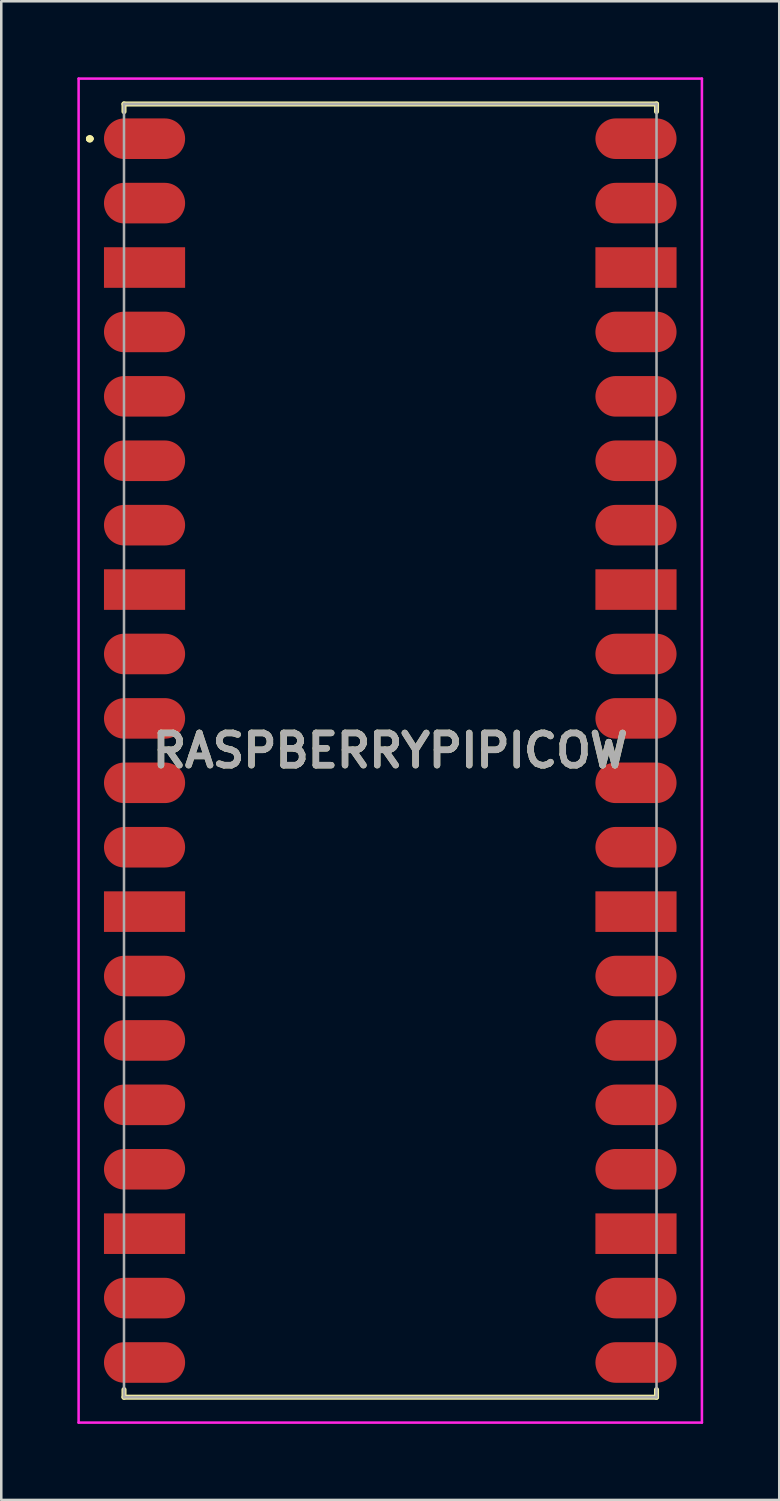
<source format=kicad_pcb>
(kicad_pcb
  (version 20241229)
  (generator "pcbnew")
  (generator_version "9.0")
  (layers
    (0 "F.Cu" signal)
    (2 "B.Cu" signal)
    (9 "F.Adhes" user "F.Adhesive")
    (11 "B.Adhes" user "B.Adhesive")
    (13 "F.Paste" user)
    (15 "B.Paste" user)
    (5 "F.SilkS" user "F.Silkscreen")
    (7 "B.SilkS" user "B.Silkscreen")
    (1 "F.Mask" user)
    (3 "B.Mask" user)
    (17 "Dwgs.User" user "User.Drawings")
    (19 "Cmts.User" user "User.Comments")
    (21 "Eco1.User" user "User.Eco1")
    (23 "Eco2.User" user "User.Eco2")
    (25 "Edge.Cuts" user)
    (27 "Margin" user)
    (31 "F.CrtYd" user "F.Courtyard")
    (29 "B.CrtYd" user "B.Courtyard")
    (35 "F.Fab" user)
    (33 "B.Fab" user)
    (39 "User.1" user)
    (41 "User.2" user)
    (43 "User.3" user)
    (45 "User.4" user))
  (footprint "RASPBERRYPIPICOW"
    (layer "F.Cu")
    (at 12.34 26.55)
    (property "Reference" "RASPBERRYPIPICOW" (at 0 0 0) (layer "F.SilkS") (effects (font (size 1.27 1.27) (thickness 0.254))))
    (attr smd)
    (fp_line (start -11.9 -24.13) (end -11.9 -24.13) (stroke (width 0.2) (type solid)) (layer "F.SilkS"))
    (fp_line (start -11.9 -24.13) (end -11.9 -24.13) (stroke (width 0.2) (type solid)) (layer "F.SilkS"))
    (fp_line (start -11.8 -24.13) (end -11.8 -24.13) (stroke (width 0.2) (type solid)) (layer "F.SilkS"))
    (fp_line (start -10.5 -25.5) (end -10.5 -25.2) (stroke (width 0.2) (type solid)) (layer "F.SilkS"))
    (fp_line (start -10.5 25.2) (end -10.5 25.5) (stroke (width 0.2) (type solid)) (layer "F.SilkS"))
    (fp_line (start -10.5 25.5) (end 10.5 25.5) (stroke (width 0.2) (type solid)) (layer "F.SilkS"))
    (fp_line (start 10.5 -25.5) (end -10.5 -25.5) (stroke (width 0.2) (type solid)) (layer "F.SilkS"))
    (fp_line (start 10.5 -25.2) (end 10.5 -25.5) (stroke (width 0.2) (type solid)) (layer "F.SilkS"))
    (fp_line (start 10.5 25.5) (end 10.5 25.2) (stroke (width 0.2) (type solid)) (layer "F.SilkS"))
    (fp_arc (start -11.9 -24.13) (mid -11.85 -24.18) (end -11.8 -24.13) (stroke (width 0.2) (type solid)) (layer "F.SilkS"))
    (fp_arc (start -11.8 -24.13) (mid -11.85 -24.08) (end -11.9 -24.13) (stroke (width 0.2) (type solid)) (layer "F.SilkS"))
    (fp_arc (start -11.8 -24.13) (mid -11.85 -24.08) (end -11.9 -24.13) (stroke (width 0.2) (type solid)) (layer "F.SilkS"))
    (fp_line (start -12.29 -26.5) (end 12.29 -26.5) (stroke (width 0.1) (type solid)) (layer "F.CrtYd"))
    (fp_line (start -12.29 26.5) (end -12.29 -26.5) (stroke (width 0.1) (type solid)) (layer "F.CrtYd"))
    (fp_line (start 12.29 -26.5) (end 12.29 26.5) (stroke (width 0.1) (type solid)) (layer "F.CrtYd"))
    (fp_line (start 12.29 26.5) (end -12.29 26.5) (stroke (width 0.1) (type solid)) (layer "F.CrtYd"))
    (fp_line (start -10.5 -25.5) (end -10.5 25.5) (stroke (width 0.1) (type solid)) (layer "F.Fab"))
    (fp_line (start -10.5 25.5) (end 10.5 25.5) (stroke (width 0.1) (type solid)) (layer "F.Fab"))
    (fp_line (start 10.5 -25.5) (end -10.5 -25.5) (stroke (width 0.1) (type solid)) (layer "F.Fab"))
    (fp_line (start 10.5 25.5) (end 10.5 -25.5) (stroke (width 0.1) (type solid)) (layer "F.Fab"))
    (fp_text user "${REFERENCE}" (at 0 0 0) (layer "F.Fab") (effects (font (size 1.27 1.27) (thickness 0.254))))
    (pad "1" smd oval (at -9.69 -24.13 90) (size 1.6 3.2) (layers "F.Cu" "F.Mask" "F.Paste"))
    (pad "2" smd oval (at -9.69 -21.59 90) (size 1.6 3.2) (layers "F.Cu" "F.Mask" "F.Paste"))
    (pad "3" smd rect (at -9.69 -19.05 90) (size 1.6 3.2) (layers "F.Cu" "F.Mask" "F.Paste"))
    (pad "4" smd oval (at -9.69 -16.51 90) (size 1.6 3.2) (layers "F.Cu" "F.Mask" "F.Paste"))
    (pad "5" smd oval (at -9.69 -13.97 90) (size 1.6 3.2) (layers "F.Cu" "F.Mask" "F.Paste"))
    (pad "6" smd oval (at -9.69 -11.43 90) (size 1.6 3.2) (layers "F.Cu" "F.Mask" "F.Paste"))
    (pad "7" smd oval (at -9.69 -8.89 90) (size 1.6 3.2) (layers "F.Cu" "F.Mask" "F.Paste"))
    (pad "8" smd rect (at -9.69 -6.35 90) (size 1.6 3.2) (layers "F.Cu" "F.Mask" "F.Paste"))
    (pad "9" smd oval (at -9.69 -3.81 90) (size 1.6 3.2) (layers "F.Cu" "F.Mask" "F.Paste"))
    (pad "10" smd oval (at -9.69 -1.27 90) (size 1.6 3.2) (layers "F.Cu" "F.Mask" "F.Paste"))
    (pad "11" smd oval (at -9.69 1.27 90) (size 1.6 3.2) (layers "F.Cu" "F.Mask" "F.Paste"))
    (pad "12" smd oval (at -9.69 3.81 90) (size 1.6 3.2) (layers "F.Cu" "F.Mask" "F.Paste"))
    (pad "13" smd rect (at -9.69 6.35 90) (size 1.6 3.2) (layers "F.Cu" "F.Mask" "F.Paste"))
    (pad "14" smd oval (at -9.69 8.89 90) (size 1.6 3.2) (layers "F.Cu" "F.Mask" "F.Paste"))
    (pad "15" smd oval (at -9.69 11.43 90) (size 1.6 3.2) (layers "F.Cu" "F.Mask" "F.Paste"))
    (pad "16" smd oval (at -9.69 13.97 90) (size 1.6 3.2) (layers "F.Cu" "F.Mask" "F.Paste"))
    (pad "17" smd oval (at -9.69 16.51 90) (size 1.6 3.2) (layers "F.Cu" "F.Mask" "F.Paste"))
    (pad "18" smd rect (at -9.69 19.05 90) (size 1.6 3.2) (layers "F.Cu" "F.Mask" "F.Paste"))
    (pad "19" smd oval (at -9.69 21.59 90) (size 1.6 3.2) (layers "F.Cu" "F.Mask" "F.Paste"))
    (pad "20" smd oval (at -9.69 24.13 90) (size 1.6 3.2) (layers "F.Cu" "F.Mask" "F.Paste"))
    (pad "21" smd oval (at 9.69 24.13 90) (size 1.6 3.2) (layers "F.Cu" "F.Mask" "F.Paste"))
    (pad "22" smd oval (at 9.69 21.59 90) (size 1.6 3.2) (layers "F.Cu" "F.Mask" "F.Paste"))
    (pad "23" smd rect (at 9.69 19.05 90) (size 1.6 3.2) (layers "F.Cu" "F.Mask" "F.Paste"))
    (pad "24" smd oval (at 9.69 16.51 90) (size 1.6 3.2) (layers "F.Cu" "F.Mask" "F.Paste"))
    (pad "25" smd oval (at 9.69 13.97 90) (size 1.6 3.2) (layers "F.Cu" "F.Mask" "F.Paste"))
    (pad "26" smd oval (at 9.69 11.43 90) (size 1.6 3.2) (layers "F.Cu" "F.Mask" "F.Paste"))
    (pad "27" smd oval (at 9.69 8.89 90) (size 1.6 3.2) (layers "F.Cu" "F.Mask" "F.Paste"))
    (pad "28" smd rect (at 9.69 6.35 90) (size 1.6 3.2) (layers "F.Cu" "F.Mask" "F.Paste"))
    (pad "29" smd oval (at 9.69 3.81 90) (size 1.6 3.2) (layers "F.Cu" "F.Mask" "F.Paste"))
    (pad "30" smd oval (at 9.69 1.27 90) (size 1.6 3.2) (layers "F.Cu" "F.Mask" "F.Paste"))
    (pad "31" smd oval (at 9.69 -1.27 90) (size 1.6 3.2) (layers "F.Cu" "F.Mask" "F.Paste"))
    (pad "32" smd oval (at 9.69 -3.81 90) (size 1.6 3.2) (layers "F.Cu" "F.Mask" "F.Paste"))
    (pad "33" smd rect (at 9.69 -6.35 90) (size 1.6 3.2) (layers "F.Cu" "F.Mask" "F.Paste"))
    (pad "34" smd oval (at 9.69 -8.89 90) (size 1.6 3.2) (layers "F.Cu" "F.Mask" "F.Paste"))
    (pad "35" smd oval (at 9.69 -11.43 90) (size 1.6 3.2) (layers "F.Cu" "F.Mask" "F.Paste"))
    (pad "36" smd oval (at 9.69 -13.97 90) (size 1.6 3.2) (layers "F.Cu" "F.Mask" "F.Paste"))
    (pad "37" smd oval (at 9.69 -16.51 90) (size 1.6 3.2) (layers "F.Cu" "F.Mask" "F.Paste"))
    (pad "38" smd rect (at 9.69 -19.05 90) (size 1.6 3.2) (layers "F.Cu" "F.Mask" "F.Paste"))
    (pad "39" smd oval (at 9.69 -21.59 90) (size 1.6 3.2) (layers "F.Cu" "F.Mask" "F.Paste"))
    (pad "40" smd oval (at 9.69 -24.13 90) (size 1.6 3.2) (layers "F.Cu" "F.Mask" "F.Paste")))
  (gr_rect
    (start -3 -3)
    (end 27.68 56.1)
    (stroke (width 0.1) (type default))
    (fill no)
    (layer "Edge.Cuts")))
</source>
